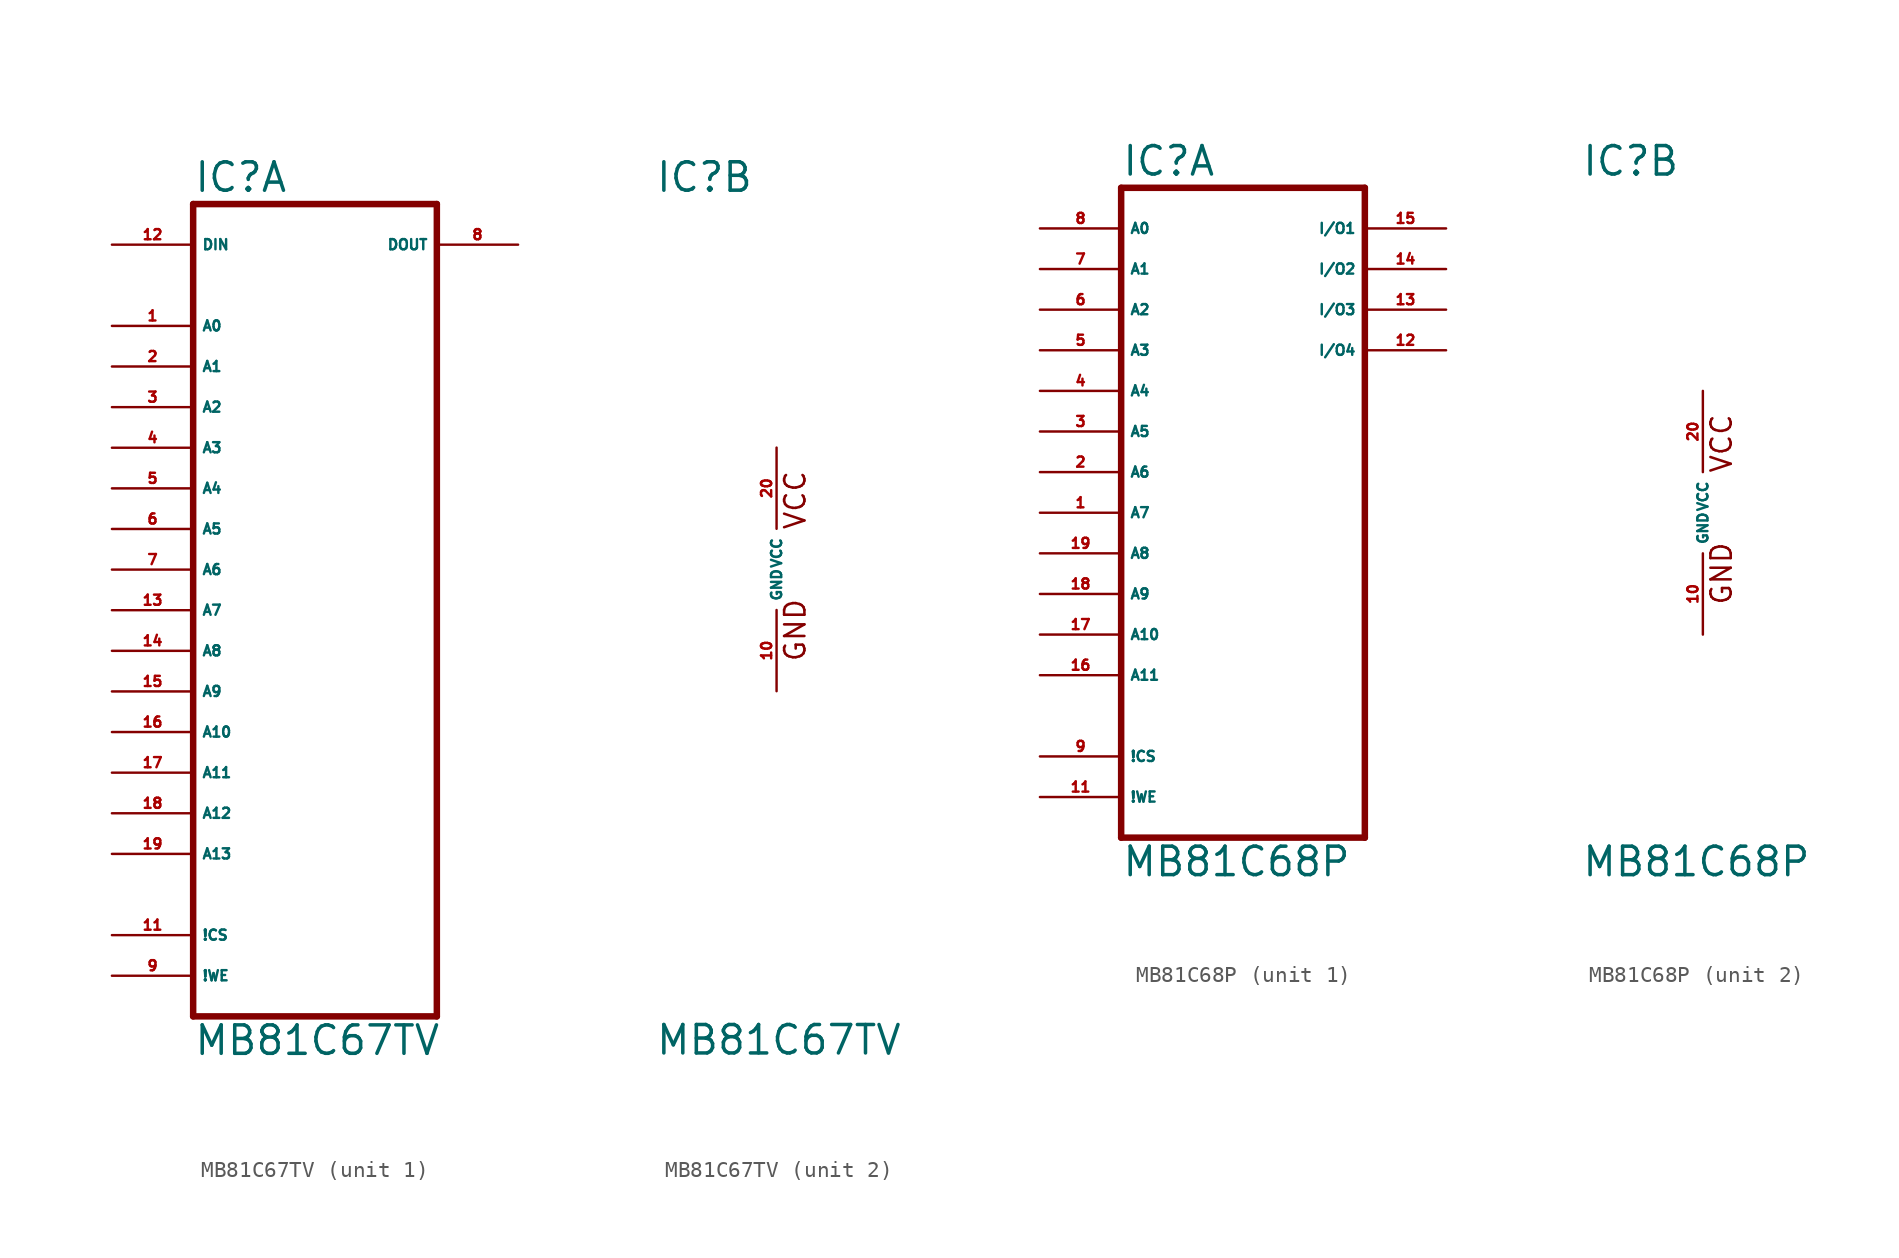
<source format=kicad_sym>
(kicad_symbol_lib
  (version 20220914)
  (generator Eagle2Kicad)
  (symbol "MB81C67TV"
    (property "Reference" "IC"
      (at -7.62 23.495 0)
      (effects (font (size 1.778 1.778) (thickness 0.22)) (justify left bottom)))
    (property "Value" "MB81C67TV"
      (at -7.62 -30.48 0)
      (effects (font (size 1.778 1.778) (thickness 0.22)) (justify left bottom)))
    (symbol "MB81C67TV_1_0"
      (polyline (pts (xy -7.62 -27.94) (xy 7.62 -27.94)) (stroke (width 0.406) (type default)) (fill (type none)))
      (polyline (pts (xy 7.62 -27.94) (xy 7.62 22.86)) (stroke (width 0.406) (type default)) (fill (type none)))
      (polyline (pts (xy 7.62 22.86) (xy -7.62 22.86)) (stroke (width 0.406) (type default)) (fill (type none)))
      (polyline (pts (xy -7.62 22.86) (xy -7.62 -27.94)) (stroke (width 0.406) (type default)) (fill (type none)))
      (pin input line (at -12.7 15.24 0) (length 5.08) (name "A0" (effects (font (size 0.635 0.635) (thickness 0.08)) (justify left bottom))) (number "1" (effects (font (size 0.635 0.635) (thickness 0.08)) (justify left bottom))))
      (pin input line (at -12.7 12.7 0) (length 5.08) (name "A1" (effects (font (size 0.635 0.635) (thickness 0.08)) (justify left bottom))) (number "2" (effects (font (size 0.635 0.635) (thickness 0.08)) (justify left bottom))))
      (pin input line (at -12.7 10.16 0) (length 5.08) (name "A2" (effects (font (size 0.635 0.635) (thickness 0.08)) (justify left bottom))) (number "3" (effects (font (size 0.635 0.635) (thickness 0.08)) (justify left bottom))))
      (pin input line (at -12.7 7.62 0) (length 5.08) (name "A3" (effects (font (size 0.635 0.635) (thickness 0.08)) (justify left bottom))) (number "4" (effects (font (size 0.635 0.635) (thickness 0.08)) (justify left bottom))))
      (pin input line (at -12.7 5.08 0) (length 5.08) (name "A4" (effects (font (size 0.635 0.635) (thickness 0.08)) (justify left bottom))) (number "5" (effects (font (size 0.635 0.635) (thickness 0.08)) (justify left bottom))))
      (pin input line (at -12.7 2.54 0) (length 5.08) (name "A5" (effects (font (size 0.635 0.635) (thickness 0.08)) (justify left bottom))) (number "6" (effects (font (size 0.635 0.635) (thickness 0.08)) (justify left bottom))))
      (pin input line (at -12.7 0 0) (length 5.08) (name "A6" (effects (font (size 0.635 0.635) (thickness 0.08)) (justify left bottom))) (number "7" (effects (font (size 0.635 0.635) (thickness 0.08)) (justify left bottom))))
      (pin input line (at -12.7 -2.54 0) (length 5.08) (name "A7" (effects (font (size 0.635 0.635) (thickness 0.08)) (justify left bottom))) (number "13" (effects (font (size 0.635 0.635) (thickness 0.08)) (justify left bottom))))
      (pin input line (at -12.7 -5.08 0) (length 5.08) (name "A8" (effects (font (size 0.635 0.635) (thickness 0.08)) (justify left bottom))) (number "14" (effects (font (size 0.635 0.635) (thickness 0.08)) (justify left bottom))))
      (pin input line (at -12.7 -7.62 0) (length 5.08) (name "A9" (effects (font (size 0.635 0.635) (thickness 0.08)) (justify left bottom))) (number "15" (effects (font (size 0.635 0.635) (thickness 0.08)) (justify left bottom))))
      (pin input line (at -12.7 -10.16 0) (length 5.08) (name "A10" (effects (font (size 0.635 0.635) (thickness 0.08)) (justify left bottom))) (number "16" (effects (font (size 0.635 0.635) (thickness 0.08)) (justify left bottom))))
      (pin input line (at -12.7 -12.7 0) (length 5.08) (name "A11" (effects (font (size 0.635 0.635) (thickness 0.08)) (justify left bottom))) (number "17" (effects (font (size 0.635 0.635) (thickness 0.08)) (justify left bottom))))
      (pin input line (at -12.7 -15.24 0) (length 5.08) (name "A12" (effects (font (size 0.635 0.635) (thickness 0.08)) (justify left bottom))) (number "18" (effects (font (size 0.635 0.635) (thickness 0.08)) (justify left bottom))))
      (pin input line (at -12.7 -17.78 0) (length 5.08) (name "A13" (effects (font (size 0.635 0.635) (thickness 0.08)) (justify left bottom))) (number "19" (effects (font (size 0.635 0.635) (thickness 0.08)) (justify left bottom))))
      (pin input line (at -12.7 -22.86 0) (length 5.08) (name "!CS" (effects (font (size 0.635 0.635) (thickness 0.08)) (justify left bottom))) (number "11" (effects (font (size 0.635 0.635) (thickness 0.08)) (justify left bottom))))
      (pin input line (at -12.7 -25.4 0) (length 5.08) (name "!WE" (effects (font (size 0.635 0.635) (thickness 0.08)) (justify left bottom))) (number "9" (effects (font (size 0.635 0.635) (thickness 0.08)) (justify left bottom))))
      (pin output line (at 12.7 20.32 180) (length 5.08) (name "DOUT" (effects (font (size 0.635 0.635) (thickness 0.08)) (justify left bottom))) (number "8" (effects (font (size 0.635 0.635) (thickness 0.08)) (justify left bottom))))
      (pin input line (at -12.7 20.32 0) (length 5.08) (name "DIN" (effects (font (size 0.635 0.635) (thickness 0.08)) (justify left bottom))) (number "12" (effects (font (size 0.635 0.635) (thickness 0.08)) (justify left bottom)))))
    (symbol "MB81C67TV_2_0"
      (text "VCC" (at 1.905 2.413 900) (effects (font (size 1.27 1.27) (thickness 0.16)) (justify left bottom)))
      (text "GND" (at 1.905 -5.842 900) (effects (font (size 1.27 1.27) (thickness 0.16)) (justify left bottom)))
      (pin unspecified line (at 0 -7.62 90) (length 5.08) (name "GND" (effects (font (size 0.635 0.635) (thickness 0.08)) (justify left bottom))) (number "10" (effects (font (size 0.635 0.635) (thickness 0.08)) (justify left bottom))))
      (pin unspecified line (at 0 7.62 270) (length 5.08) (name "VCC" (effects (font (size 0.635 0.635) (thickness 0.08)) (justify left bottom))) (number "20" (effects (font (size 0.635 0.635) (thickness 0.08)) (justify left bottom))))))
  (symbol "MB81C68P"
    (property "Reference" "IC"
      (at -7.62 20.955 0)
      (effects (font (size 1.778 1.778) (thickness 0.22)) (justify left bottom)))
    (property "Value" "MB81C68P"
      (at -7.62 -22.86 0)
      (effects (font (size 1.778 1.778) (thickness 0.22)) (justify left bottom)))
    (symbol "MB81C68P_1_0"
      (polyline (pts (xy -7.62 -20.32) (xy -7.62 20.32)) (stroke (width 0.406) (type default)) (fill (type none)))
      (polyline (pts (xy -7.62 20.32) (xy 7.62 20.32)) (stroke (width 0.406) (type default)) (fill (type none)))
      (polyline (pts (xy 7.62 20.32) (xy 7.62 -20.32)) (stroke (width 0.406) (type default)) (fill (type none)))
      (polyline (pts (xy 7.62 -20.32) (xy -7.62 -20.32)) (stroke (width 0.406) (type default)) (fill (type none)))
      (pin input line (at -12.7 17.78 0) (length 5.08) (name "A0" (effects (font (size 0.635 0.635) (thickness 0.08)) (justify left bottom))) (number "8" (effects (font (size 0.635 0.635) (thickness 0.08)) (justify left bottom))))
      (pin input line (at -12.7 15.24 0) (length 5.08) (name "A1" (effects (font (size 0.635 0.635) (thickness 0.08)) (justify left bottom))) (number "7" (effects (font (size 0.635 0.635) (thickness 0.08)) (justify left bottom))))
      (pin input line (at -12.7 12.7 0) (length 5.08) (name "A2" (effects (font (size 0.635 0.635) (thickness 0.08)) (justify left bottom))) (number "6" (effects (font (size 0.635 0.635) (thickness 0.08)) (justify left bottom))))
      (pin input line (at -12.7 10.16 0) (length 5.08) (name "A3" (effects (font (size 0.635 0.635) (thickness 0.08)) (justify left bottom))) (number "5" (effects (font (size 0.635 0.635) (thickness 0.08)) (justify left bottom))))
      (pin input line (at -12.7 7.62 0) (length 5.08) (name "A4" (effects (font (size 0.635 0.635) (thickness 0.08)) (justify left bottom))) (number "4" (effects (font (size 0.635 0.635) (thickness 0.08)) (justify left bottom))))
      (pin input line (at -12.7 2.54 0) (length 5.08) (name "A6" (effects (font (size 0.635 0.635) (thickness 0.08)) (justify left bottom))) (number "2" (effects (font (size 0.635 0.635) (thickness 0.08)) (justify left bottom))))
      (pin input line (at -12.7 5.08 0) (length 5.08) (name "A5" (effects (font (size 0.635 0.635) (thickness 0.08)) (justify left bottom))) (number "3" (effects (font (size 0.635 0.635) (thickness 0.08)) (justify left bottom))))
      (pin input line (at -12.7 0 0) (length 5.08) (name "A7" (effects (font (size 0.635 0.635) (thickness 0.08)) (justify left bottom))) (number "1" (effects (font (size 0.635 0.635) (thickness 0.08)) (justify left bottom))))
      (pin input line (at -12.7 -2.54 0) (length 5.08) (name "A8" (effects (font (size 0.635 0.635) (thickness 0.08)) (justify left bottom))) (number "19" (effects (font (size 0.635 0.635) (thickness 0.08)) (justify left bottom))))
      (pin input line (at -12.7 -5.08 0) (length 5.08) (name "A9" (effects (font (size 0.635 0.635) (thickness 0.08)) (justify left bottom))) (number "18" (effects (font (size 0.635 0.635) (thickness 0.08)) (justify left bottom))))
      (pin input line (at -12.7 -7.62 0) (length 5.08) (name "A10" (effects (font (size 0.635 0.635) (thickness 0.08)) (justify left bottom))) (number "17" (effects (font (size 0.635 0.635) (thickness 0.08)) (justify left bottom))))
      (pin input line (at -12.7 -10.16 0) (length 5.08) (name "A11" (effects (font (size 0.635 0.635) (thickness 0.08)) (justify left bottom))) (number "16" (effects (font (size 0.635 0.635) (thickness 0.08)) (justify left bottom))))
      (pin bidirectional line (at 12.7 17.78 180) (length 5.08) (name "I/O1" (effects (font (size 0.635 0.635) (thickness 0.08)) (justify left bottom))) (number "15" (effects (font (size 0.635 0.635) (thickness 0.08)) (justify left bottom))))
      (pin bidirectional line (at 12.7 15.24 180) (length 5.08) (name "I/O2" (effects (font (size 0.635 0.635) (thickness 0.08)) (justify left bottom))) (number "14" (effects (font (size 0.635 0.635) (thickness 0.08)) (justify left bottom))))
      (pin bidirectional line (at 12.7 12.7 180) (length 5.08) (name "I/O3" (effects (font (size 0.635 0.635) (thickness 0.08)) (justify left bottom))) (number "13" (effects (font (size 0.635 0.635) (thickness 0.08)) (justify left bottom))))
      (pin bidirectional line (at 12.7 10.16 180) (length 5.08) (name "I/O4" (effects (font (size 0.635 0.635) (thickness 0.08)) (justify left bottom))) (number "12" (effects (font (size 0.635 0.635) (thickness 0.08)) (justify left bottom))))
      (pin input line (at -12.7 -15.24 0) (length 5.08) (name "!CS" (effects (font (size 0.635 0.635) (thickness 0.08)) (justify left bottom))) (number "9" (effects (font (size 0.635 0.635) (thickness 0.08)) (justify left bottom))))
      (pin input line (at -12.7 -17.78 0) (length 5.08) (name "!WE" (effects (font (size 0.635 0.635) (thickness 0.08)) (justify left bottom))) (number "11" (effects (font (size 0.635 0.635) (thickness 0.08)) (justify left bottom)))))
    (symbol "MB81C68P_2_0"
      (text "VCC" (at 1.905 2.413 900) (effects (font (size 1.27 1.27) (thickness 0.16)) (justify left bottom)))
      (text "GND" (at 1.905 -5.842 900) (effects (font (size 1.27 1.27) (thickness 0.16)) (justify left bottom)))
      (pin unspecified line (at 0 -7.62 90) (length 5.08) (name "GND" (effects (font (size 0.635 0.635) (thickness 0.08)) (justify left bottom))) (number "10" (effects (font (size 0.635 0.635) (thickness 0.08)) (justify left bottom))))
      (pin unspecified line (at 0 7.62 270) (length 5.08) (name "VCC" (effects (font (size 0.635 0.635) (thickness 0.08)) (justify left bottom))) (number "20" (effects (font (size 0.635 0.635) (thickness 0.08)) (justify left bottom)))))))
</source>
